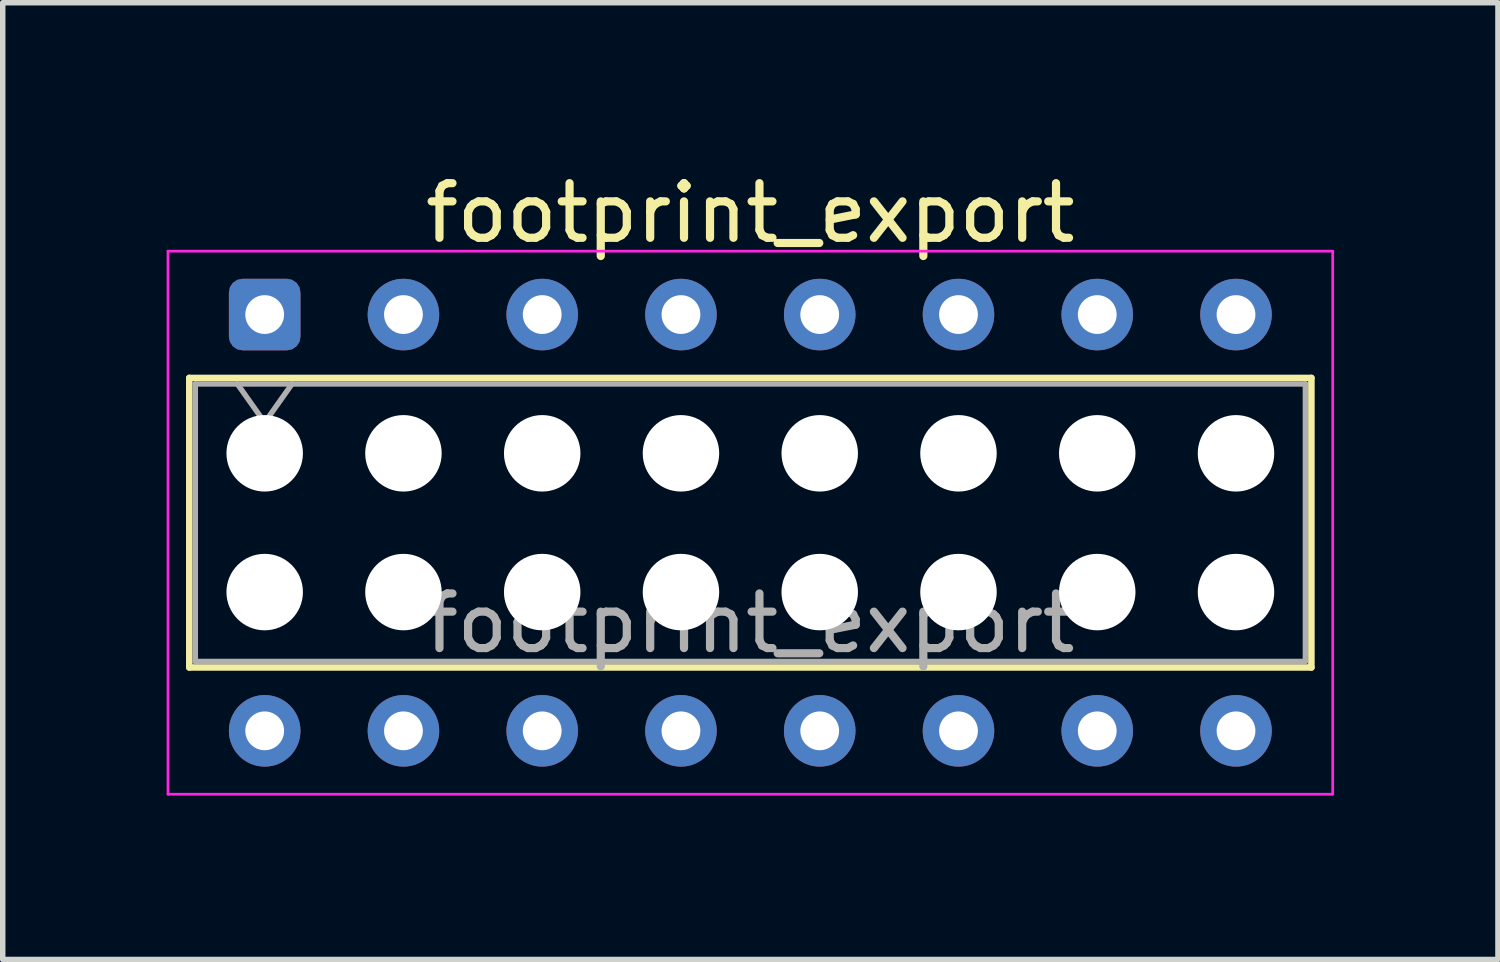
<source format=kicad_pcb>
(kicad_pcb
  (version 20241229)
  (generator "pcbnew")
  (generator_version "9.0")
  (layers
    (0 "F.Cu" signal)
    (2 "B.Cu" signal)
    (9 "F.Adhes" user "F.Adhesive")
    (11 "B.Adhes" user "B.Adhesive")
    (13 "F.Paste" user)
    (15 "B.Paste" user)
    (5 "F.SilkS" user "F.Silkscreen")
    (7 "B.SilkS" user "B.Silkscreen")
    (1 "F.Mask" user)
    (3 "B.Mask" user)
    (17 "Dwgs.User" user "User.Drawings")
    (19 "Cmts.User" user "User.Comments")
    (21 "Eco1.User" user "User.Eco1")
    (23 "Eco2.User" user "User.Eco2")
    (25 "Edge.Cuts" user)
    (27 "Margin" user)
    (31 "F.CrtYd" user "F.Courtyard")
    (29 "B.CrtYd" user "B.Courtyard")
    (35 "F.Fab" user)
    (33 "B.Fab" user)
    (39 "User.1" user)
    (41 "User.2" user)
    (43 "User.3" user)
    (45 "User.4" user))
  (footprint "footprint_export"
    (layer "F.Cu")
    (at 1.795 2.708)
    (property "Reference" "footprint_export" (at 8.89 -1.86 0) (layer "F.SilkS") (effects (font (size 1 1) (thickness 0.15))))
    (attr through_hole)
    (fp_line (start -1.38 1.16) (end 19.16 1.16) (stroke (width 0.12) (type solid)) (layer "F.SilkS"))
    (fp_line (start -1.38 6.46) (end -1.38 1.16) (stroke (width 0.12) (type solid)) (layer "F.SilkS"))
    (fp_line (start 19.16 1.16) (end 19.16 6.46) (stroke (width 0.12) (type solid)) (layer "F.SilkS"))
    (fp_line (start 19.16 6.46) (end -1.38 6.46) (stroke (width 0.12) (type solid)) (layer "F.SilkS"))
    (fp_line (start -1.77 -1.16) (end 19.55 -1.16) (stroke (width 0.05) (type solid)) (layer "F.CrtYd"))
    (fp_line (start -1.77 8.78) (end -1.77 -1.16) (stroke (width 0.05) (type solid)) (layer "F.CrtYd"))
    (fp_line (start 19.55 -1.16) (end 19.55 8.78) (stroke (width 0.05) (type solid)) (layer "F.CrtYd"))
    (fp_line (start 19.55 8.78) (end -1.77 8.78) (stroke (width 0.05) (type solid)) (layer "F.CrtYd"))
    (fp_line (start -1.27 1.27) (end 19.05 1.27) (stroke (width 0.1) (type solid)) (layer "F.Fab"))
    (fp_line (start -1.27 6.35) (end -1.27 1.27) (stroke (width 0.1) (type solid)) (layer "F.Fab"))
    (fp_line (start -0.5 1.27) (end 0 1.977) (stroke (width 0.1) (type solid)) (layer "F.Fab"))
    (fp_line (start 0 1.977) (end 0.5 1.27) (stroke (width 0.1) (type solid)) (layer "F.Fab"))
    (fp_line (start 19.05 1.27) (end 19.05 6.35) (stroke (width 0.1) (type solid)) (layer "F.Fab"))
    (fp_line (start 19.05 6.35) (end -1.27 6.35) (stroke (width 0.1) (type solid)) (layer "F.Fab"))
    (fp_text user "${REFERENCE}" (at 8.89 5.65 0) (layer "F.Fab") (effects (font (size 1 1) (thickness 0.15))))
    (pad "" np_thru_hole circle (at 0 2.54) (size 1.4 1.4) (drill 1.4) (layers "*.Cu" "*.Mask"))
    (pad "" np_thru_hole circle (at 0 5.08) (size 1.4 1.4) (drill 1.4) (layers "*.Cu" "*.Mask"))
    (pad "" np_thru_hole circle (at 2.54 2.54) (size 1.4 1.4) (drill 1.4) (layers "*.Cu" "*.Mask"))
    (pad "" np_thru_hole circle (at 2.54 5.08) (size 1.4 1.4) (drill 1.4) (layers "*.Cu" "*.Mask"))
    (pad "" np_thru_hole circle (at 5.08 2.54) (size 1.4 1.4) (drill 1.4) (layers "*.Cu" "*.Mask"))
    (pad "" np_thru_hole circle (at 5.08 5.08) (size 1.4 1.4) (drill 1.4) (layers "*.Cu" "*.Mask"))
    (pad "" np_thru_hole circle (at 7.62 2.54) (size 1.4 1.4) (drill 1.4) (layers "*.Cu" "*.Mask"))
    (pad "" np_thru_hole circle (at 7.62 5.08) (size 1.4 1.4) (drill 1.4) (layers "*.Cu" "*.Mask"))
    (pad "" np_thru_hole circle (at 10.16 2.54) (size 1.4 1.4) (drill 1.4) (layers "*.Cu" "*.Mask"))
    (pad "" np_thru_hole circle (at 10.16 5.08) (size 1.4 1.4) (drill 1.4) (layers "*.Cu" "*.Mask"))
    (pad "" np_thru_hole circle (at 12.7 2.54) (size 1.4 1.4) (drill 1.4) (layers "*.Cu" "*.Mask"))
    (pad "" np_thru_hole circle (at 12.7 5.08) (size 1.4 1.4) (drill 1.4) (layers "*.Cu" "*.Mask"))
    (pad "" np_thru_hole circle (at 15.24 2.54) (size 1.4 1.4) (drill 1.4) (layers "*.Cu" "*.Mask"))
    (pad "" np_thru_hole circle (at 15.24 5.08) (size 1.4 1.4) (drill 1.4) (layers "*.Cu" "*.Mask"))
    (pad "" np_thru_hole circle (at 17.78 2.54) (size 1.4 1.4) (drill 1.4) (layers "*.Cu" "*.Mask"))
    (pad "" np_thru_hole circle (at 17.78 5.08) (size 1.4 1.4) (drill 1.4) (layers "*.Cu" "*.Mask"))
    (pad "1" thru_hole roundrect (at 0 0) (size 1.31 1.31) (drill 0.71) (layers "*.Cu" "*.Mask") (roundrect_rratio 0.191))
    (pad "2" thru_hole circle (at 0 7.62) (size 1.31 1.31) (drill 0.71) (layers "*.Cu" "*.Mask"))
    (pad "3" thru_hole circle (at 2.54 0) (size 1.31 1.31) (drill 0.71) (layers "*.Cu" "*.Mask"))
    (pad "4" thru_hole circle (at 2.54 7.62) (size 1.31 1.31) (drill 0.71) (layers "*.Cu" "*.Mask"))
    (pad "5" thru_hole circle (at 5.08 0) (size 1.31 1.31) (drill 0.71) (layers "*.Cu" "*.Mask"))
    (pad "6" thru_hole circle (at 5.08 7.62) (size 1.31 1.31) (drill 0.71) (layers "*.Cu" "*.Mask"))
    (pad "7" thru_hole circle (at 7.62 0) (size 1.31 1.31) (drill 0.71) (layers "*.Cu" "*.Mask"))
    (pad "8" thru_hole circle (at 7.62 7.62) (size 1.31 1.31) (drill 0.71) (layers "*.Cu" "*.Mask"))
    (pad "9" thru_hole circle (at 10.16 0) (size 1.31 1.31) (drill 0.71) (layers "*.Cu" "*.Mask"))
    (pad "10" thru_hole circle (at 10.16 7.62) (size 1.31 1.31) (drill 0.71) (layers "*.Cu" "*.Mask"))
    (pad "11" thru_hole circle (at 12.7 0) (size 1.31 1.31) (drill 0.71) (layers "*.Cu" "*.Mask"))
    (pad "12" thru_hole circle (at 12.7 7.62) (size 1.31 1.31) (drill 0.71) (layers "*.Cu" "*.Mask"))
    (pad "13" thru_hole circle (at 15.24 0) (size 1.31 1.31) (drill 0.71) (layers "*.Cu" "*.Mask"))
    (pad "14" thru_hole circle (at 15.24 7.62) (size 1.31 1.31) (drill 0.71) (layers "*.Cu" "*.Mask"))
    (pad "15" thru_hole circle (at 17.78 0) (size 1.31 1.31) (drill 0.71) (layers "*.Cu" "*.Mask"))
    (pad "16" thru_hole circle (at 17.78 7.62) (size 1.31 1.31) (drill 0.71) (layers "*.Cu" "*.Mask")))
  (gr_rect
    (start -3 -3)
    (end 24.37 14.513)
    (stroke (width 0.1) (type default))
    (fill no)
    (layer "Edge.Cuts")))
</source>
